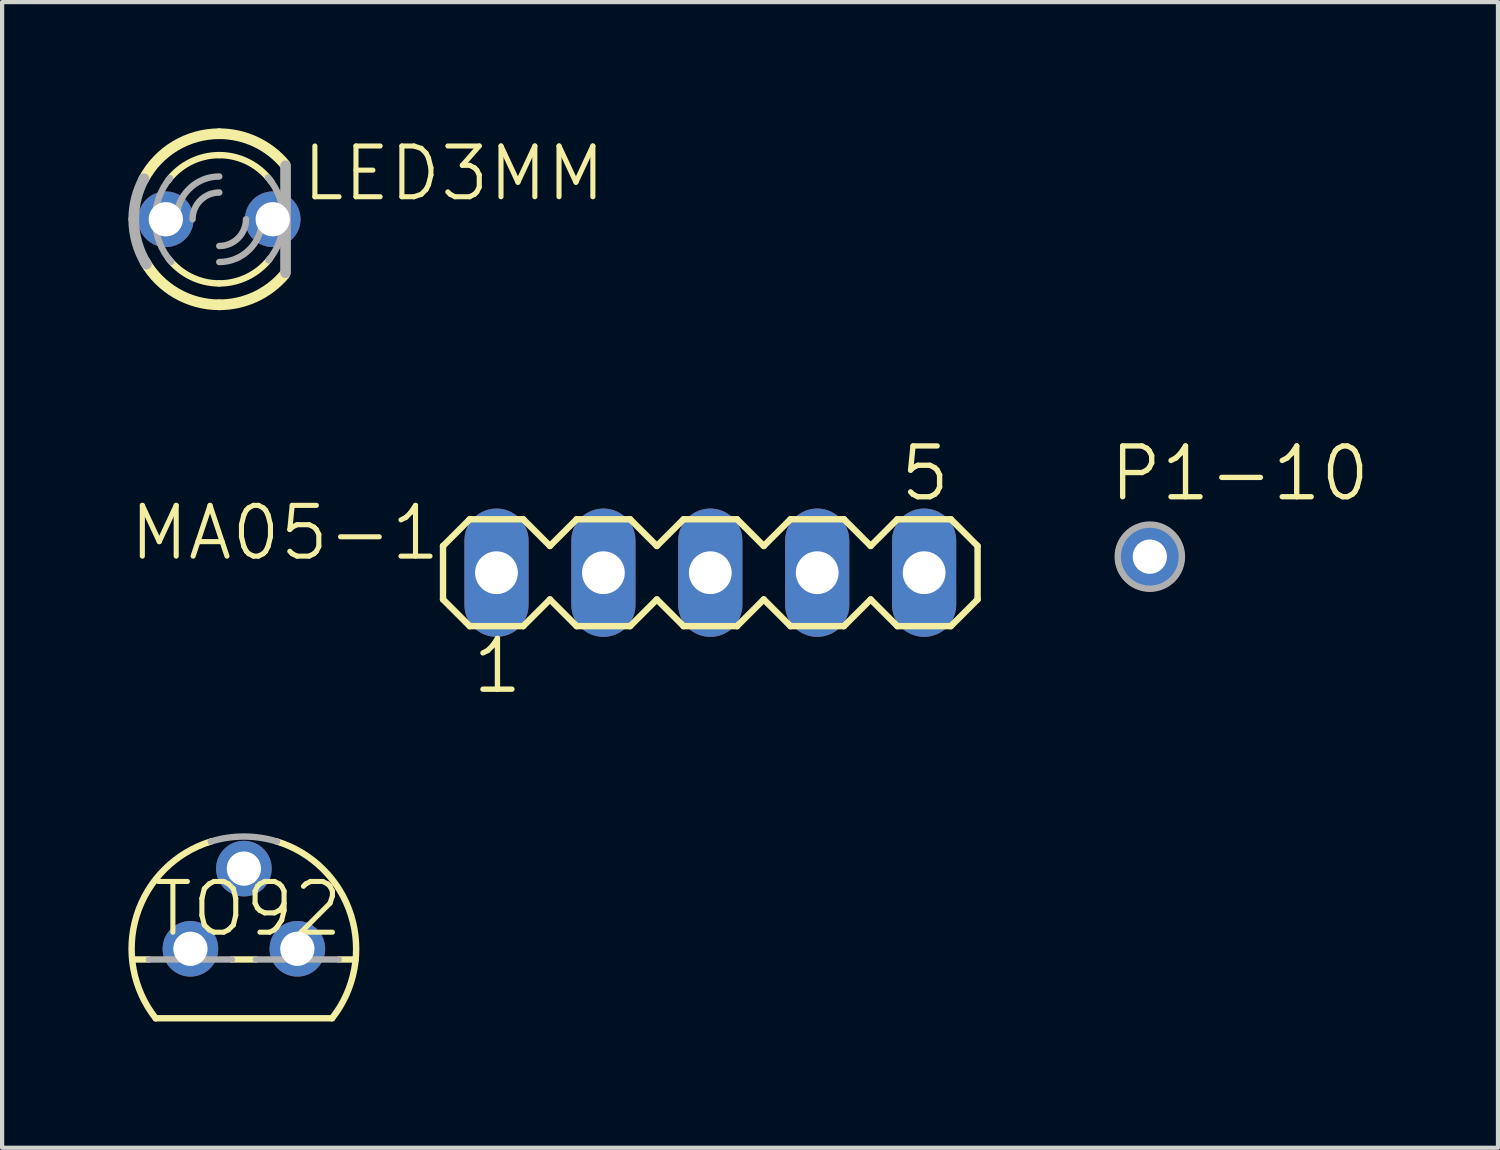
<source format=kicad_pcb>
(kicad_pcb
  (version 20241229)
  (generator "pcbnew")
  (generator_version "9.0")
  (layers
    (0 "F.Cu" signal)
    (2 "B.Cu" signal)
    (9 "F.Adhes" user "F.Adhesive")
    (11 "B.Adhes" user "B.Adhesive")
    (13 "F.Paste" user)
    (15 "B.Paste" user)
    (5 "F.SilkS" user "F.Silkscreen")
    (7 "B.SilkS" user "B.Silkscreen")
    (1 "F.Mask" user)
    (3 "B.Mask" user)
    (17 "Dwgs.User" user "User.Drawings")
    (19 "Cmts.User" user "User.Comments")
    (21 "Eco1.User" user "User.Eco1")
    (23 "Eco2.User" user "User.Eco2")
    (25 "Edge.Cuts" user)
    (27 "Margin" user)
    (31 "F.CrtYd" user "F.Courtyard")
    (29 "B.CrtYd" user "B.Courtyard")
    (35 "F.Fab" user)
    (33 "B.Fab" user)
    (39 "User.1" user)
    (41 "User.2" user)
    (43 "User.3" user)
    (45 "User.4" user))
  (footprint "TO92"
    (layer "F.Cu")
    (at 2.744 19.491)
    (property "Reference" "TO92" (at 2.413 -1.651 0) (layer "F.SilkS") (effects (font (size 1.206 1.206) (thickness 0.121)) (justify right top)))
    (attr through_hole)
    (fp_line (start -2.655 0.254) (end -2.254 0.254) (stroke (width 0.152) (type solid)) (layer "F.SilkS"))
    (fp_line (start -2.095 1.651) (end 2.095 1.651) (stroke (width 0.152) (type solid)) (layer "F.SilkS"))
    (fp_line (start -0.286 0.254) (end 0.286 0.254) (stroke (width 0.152) (type solid)) (layer "F.SilkS"))
    (fp_line (start 2.254 0.254) (end 2.655 0.254) (stroke (width 0.152) (type solid)) (layer "F.SilkS"))
    (fp_arc (start -2.095 1.651) (mid -2.546798 -0.793169) (end -0.786898 -2.5484) (stroke (width 0.1524) (type solid)) (layer "F.SilkS"))
    (fp_arc (start 0.7869 -2.5484) (mid 2.546798 -0.793168) (end 2.094999 1.651001) (stroke (width 0.1524) (type solid)) (layer "F.SilkS"))
    (fp_line (start -2.254 0.254) (end -0.286 0.254) (stroke (width 0.152) (type solid)) (layer "F.Fab"))
    (fp_line (start 0.286 0.254) (end 2.254 0.254) (stroke (width 0.152) (type solid)) (layer "F.Fab"))
    (fp_arc (start -0.7864 -2.5484) (mid 0 -2.666977) (end 0.7864 -2.5484) (stroke (width 0.1524) (type solid)) (layer "F.Fab"))
    (pad "1" thru_hole circle (at -1.27 0) (size 1.321 1.321) (drill 0.813) (layers "*.Cu" "*.Mask"))
    (pad "2" thru_hole circle (at 0 -1.905) (size 1.321 1.321) (drill 0.813) (layers "*.Cu" "*.Mask"))
    (pad "3" thru_hole circle (at 1.27 0) (size 1.321 1.321) (drill 0.813) (layers "*.Cu" "*.Mask")))
  (footprint "P1-10"
    (layer "F.Cu")
    (at 24.267 10.175)
    (property "Reference" "P1-10" (at -1.016 -1.27 0) (layer "F.SilkS") (effects (font (size 1.206 1.206) (thickness 0.127)) (justify left bottom)))
    (attr through_hole)
    (fp_circle (center 0 0) (end 0.762 0) (stroke (width 0.152) (type solid)) (fill no) (layer "F.Fab"))
    (fp_poly (pts (xy -0.254 0.254) (xy 0.254 0.254) (xy 0.254 -0.254) (xy -0.254 -0.254)) (stroke (width 0.1) (type solid)) (fill no) (layer "F.Fab"))
    (pad "TP" thru_hole circle (at 0 0) (size 1.651 1.651) (drill 0.813) (layers "*.Cu" "*.Mask")))
  (footprint "LED3MM"
    (layer "F.Cu")
    (at 2.159 2.159)
    (property "Reference" "LED3MM" (at 1.905 -0.381 0) (layer "F.SilkS") (effects (font (size 1.206 1.206) (thickness 0.121)) (justify left bottom)))
    (attr through_hole)
    (fp_arc (start -1.7929 -0.9562) (mid -1.045438 -1.7424) (end 0 -2.032) (stroke (width 0.254) (type solid)) (layer "F.SilkS"))
    (fp_arc (start -1.2192 -0.9144) (mid -0.681554 -1.363107) (end 0 -1.524) (stroke (width 0.1524) (type solid)) (layer "F.SilkS"))
    (fp_arc (start 0 -2.032) (mid 0.861864 -1.840173) (end 1.561 -1.3009) (stroke (width 0.254) (type solid)) (layer "F.SilkS"))
    (fp_arc (start 0 -1.524) (mid 0.697339 -1.355082) (end 1.2401 -0.885801) (stroke (width 0.1524) (type solid)) (layer "F.SilkS"))
    (fp_arc (start 0 1.524) (mid -0.669593 1.369018) (end -1.203 0.9356) (stroke (width 0.1524) (type solid)) (layer "F.SilkS"))
    (fp_arc (start 0 2.032) (mid -1.019924 1.757525) (end -1.7643 1.0082) (stroke (width 0.254) (type solid)) (layer "F.SilkS"))
    (fp_arc (start 1.203 0.9356) (mid 0.669593 1.369018) (end 0 1.524) (stroke (width 0.1524) (type solid)) (layer "F.SilkS"))
    (fp_arc (start 1.5512 1.3126) (mid 0.854953 1.843405) (end 0 2.032) (stroke (width 0.254) (type solid)) (layer "F.SilkS"))
    (fp_line (start 1.575 1.27) (end 1.575 -1.27) (stroke (width 0.254) (type solid)) (layer "F.Fab"))
    (fp_arc (start -2.032 0) (mid -1.970339 -0.496775) (end -1.7891 -0.9634) (stroke (width 0.254) (type solid)) (layer "F.Fab"))
    (fp_arc (start -1.7306 1.065) (mid -1.95521 0.553417) (end -2.032 0) (stroke (width 0.254) (type solid)) (layer "F.Fab"))
    (fp_arc (start -1.524 0) (mid -1.432981 -0.518783) (end -1.1708 -0.9756) (stroke (width 0.1524) (type solid)) (layer "F.Fab"))
    (fp_arc (start -1.1391 1.0125) (mid -1.42454 0.5416) (end -1.524 0) (stroke (width 0.1524) (type solid)) (layer "F.Fab"))
    (fp_arc (start -1.016 0) (mid -0.71842 -0.71842) (end 0 -1.016) (stroke (width 0.1524) (type solid)) (layer "F.Fab"))
    (fp_arc (start -0.635 0) (mid -0.449013 -0.449013) (end 0 -0.635) (stroke (width 0.1524) (type solid)) (layer "F.Fab"))
    (fp_arc (start 0.635 0) (mid 0.449013 0.449013) (end 0 0.635) (stroke (width 0.1524) (type solid)) (layer "F.Fab"))
    (fp_arc (start 1.016 0) (mid 0.71842 0.71842) (end 0 1.016) (stroke (width 0.1524) (type solid)) (layer "F.Fab"))
    (fp_arc (start 1.1571 -0.9918) (mid 1.429332 -0.528744) (end 1.524 0) (stroke (width 0.1524) (type solid)) (layer "F.Fab"))
    (fp_arc (start 1.524 0) (mid 1.432981 0.518783) (end 1.1708 0.9756) (stroke (width 0.1524) (type solid)) (layer "F.Fab"))
    (pad "A" thru_hole circle (at -1.27 0) (size 1.321 1.321) (drill 0.813) (layers "*.Cu" "*.Mask"))
    (pad "K" thru_hole circle (at 1.27 0) (size 1.321 1.321) (drill 0.813) (layers "*.Cu" "*.Mask")))
  (footprint "MA05-1"
    (layer "F.Cu")
    (at 13.825 10.556)
    (property "Reference" "MA05-1" (at -6.35 -1.651 180) (layer "F.SilkS") (effects (font (size 1.206 1.206) (thickness 0.121)) (justify right top)))
    (attr through_hole)
    (fp_line (start -6.35 -0.635) (end -6.35 0.635) (stroke (width 0.152) (type solid)) (layer "F.SilkS"))
    (fp_line (start -6.35 0.635) (end -5.715 1.27) (stroke (width 0.152) (type solid)) (layer "F.SilkS"))
    (fp_line (start -5.715 -1.27) (end -6.35 -0.635) (stroke (width 0.152) (type solid)) (layer "F.SilkS"))
    (fp_line (start -5.715 -1.27) (end -4.445 -1.27) (stroke (width 0.152) (type solid)) (layer "F.SilkS"))
    (fp_line (start -4.445 -1.27) (end -3.81 -0.635) (stroke (width 0.152) (type solid)) (layer "F.SilkS"))
    (fp_line (start -4.445 1.27) (end -5.715 1.27) (stroke (width 0.152) (type solid)) (layer "F.SilkS"))
    (fp_line (start -3.81 -0.635) (end -3.175 -1.27) (stroke (width 0.152) (type solid)) (layer "F.SilkS"))
    (fp_line (start -3.81 0.635) (end -4.445 1.27) (stroke (width 0.152) (type solid)) (layer "F.SilkS"))
    (fp_line (start -3.175 -1.27) (end -1.905 -1.27) (stroke (width 0.152) (type solid)) (layer "F.SilkS"))
    (fp_line (start -3.175 1.27) (end -3.81 0.635) (stroke (width 0.152) (type solid)) (layer "F.SilkS"))
    (fp_line (start -1.905 -1.27) (end -1.27 -0.635) (stroke (width 0.152) (type solid)) (layer "F.SilkS"))
    (fp_line (start -1.905 1.27) (end -3.175 1.27) (stroke (width 0.152) (type solid)) (layer "F.SilkS"))
    (fp_line (start -1.27 -0.635) (end -0.635 -1.27) (stroke (width 0.152) (type solid)) (layer "F.SilkS"))
    (fp_line (start -1.27 0.635) (end -1.905 1.27) (stroke (width 0.152) (type solid)) (layer "F.SilkS"))
    (fp_line (start -0.635 -1.27) (end 0.635 -1.27) (stroke (width 0.152) (type solid)) (layer "F.SilkS"))
    (fp_line (start -0.635 1.27) (end -1.27 0.635) (stroke (width 0.152) (type solid)) (layer "F.SilkS"))
    (fp_line (start 0.635 -1.27) (end 1.27 -0.635) (stroke (width 0.152) (type solid)) (layer "F.SilkS"))
    (fp_line (start 0.635 1.27) (end -0.635 1.27) (stroke (width 0.152) (type solid)) (layer "F.SilkS"))
    (fp_line (start 1.27 0.635) (end 0.635 1.27) (stroke (width 0.152) (type solid)) (layer "F.SilkS"))
    (fp_line (start 1.27 0.635) (end 1.905 1.27) (stroke (width 0.152) (type solid)) (layer "F.SilkS"))
    (fp_line (start 1.905 -1.27) (end 1.27 -0.635) (stroke (width 0.152) (type solid)) (layer "F.SilkS"))
    (fp_line (start 1.905 -1.27) (end 3.175 -1.27) (stroke (width 0.152) (type solid)) (layer "F.SilkS"))
    (fp_line (start 3.175 -1.27) (end 3.81 -0.635) (stroke (width 0.152) (type solid)) (layer "F.SilkS"))
    (fp_line (start 3.175 1.27) (end 1.905 1.27) (stroke (width 0.152) (type solid)) (layer "F.SilkS"))
    (fp_line (start 3.81 -0.635) (end 4.445 -1.27) (stroke (width 0.152) (type solid)) (layer "F.SilkS"))
    (fp_line (start 3.81 0.635) (end 3.175 1.27) (stroke (width 0.152) (type solid)) (layer "F.SilkS"))
    (fp_line (start 4.445 -1.27) (end 5.715 -1.27) (stroke (width 0.152) (type solid)) (layer "F.SilkS"))
    (fp_line (start 4.445 1.27) (end 3.81 0.635) (stroke (width 0.152) (type solid)) (layer "F.SilkS"))
    (fp_line (start 5.715 -1.27) (end 6.35 -0.635) (stroke (width 0.152) (type solid)) (layer "F.SilkS"))
    (fp_line (start 5.715 1.27) (end 4.445 1.27) (stroke (width 0.152) (type solid)) (layer "F.SilkS"))
    (fp_line (start 6.35 -0.635) (end 6.35 0.635) (stroke (width 0.152) (type solid)) (layer "F.SilkS"))
    (fp_line (start 6.35 0.635) (end 5.715 1.27) (stroke (width 0.152) (type solid)) (layer "F.SilkS"))
    (fp_poly (pts (xy -5.334 0.254) (xy -4.826 0.254) (xy -4.826 -0.254) (xy -5.334 -0.254)) (stroke (width 0.1) (type solid)) (fill no) (layer "F.Fab"))
    (fp_poly (pts (xy -2.794 0.254) (xy -2.286 0.254) (xy -2.286 -0.254) (xy -2.794 -0.254)) (stroke (width 0.1) (type solid)) (fill no) (layer "F.Fab"))
    (fp_poly (pts (xy -0.254 0.254) (xy 0.254 0.254) (xy 0.254 -0.254) (xy -0.254 -0.254)) (stroke (width 0.1) (type solid)) (fill no) (layer "F.Fab"))
    (fp_poly (pts (xy 2.286 0.254) (xy 2.794 0.254) (xy 2.794 -0.254) (xy 2.286 -0.254)) (stroke (width 0.1) (type solid)) (fill no) (layer "F.Fab"))
    (fp_poly (pts (xy 4.826 0.254) (xy 5.334 0.254) (xy 5.334 -0.254) (xy 4.826 -0.254)) (stroke (width 0.1) (type solid)) (fill no) (layer "F.Fab"))
    (fp_text user "5" (at 4.445 -1.651 0) (layer "F.SilkS") (effects (font (size 1.206 1.206) (thickness 0.127)) (justify left bottom)))
    (fp_text user "1" (at -5.715 2.921 0) (layer "F.SilkS") (effects (font (size 1.206 1.206) (thickness 0.127)) (justify left bottom)))
    (pad "1" thru_hole oval (at -5.08 0 90) (size 3.048 1.524) (drill 1.016) (layers "*.Cu" "*.Mask"))
    (pad "2" thru_hole oval (at -2.54 0 90) (size 3.048 1.524) (drill 1.016) (layers "*.Cu" "*.Mask"))
    (pad "3" thru_hole oval (at 0 0 90) (size 3.048 1.524) (drill 1.016) (layers "*.Cu" "*.Mask"))
    (pad "4" thru_hole oval (at 2.54 0 90) (size 3.048 1.524) (drill 1.016) (layers "*.Cu" "*.Mask"))
    (pad "5" thru_hole oval (at 5.08 0 90) (size 3.048 1.524) (drill 1.016) (layers "*.Cu" "*.Mask")))
  (gr_rect
    (start -3 -3)
    (end 32.538 24.218)
    (stroke (width 0.1) (type default))
    (fill no)
    (layer "Edge.Cuts")))
</source>
